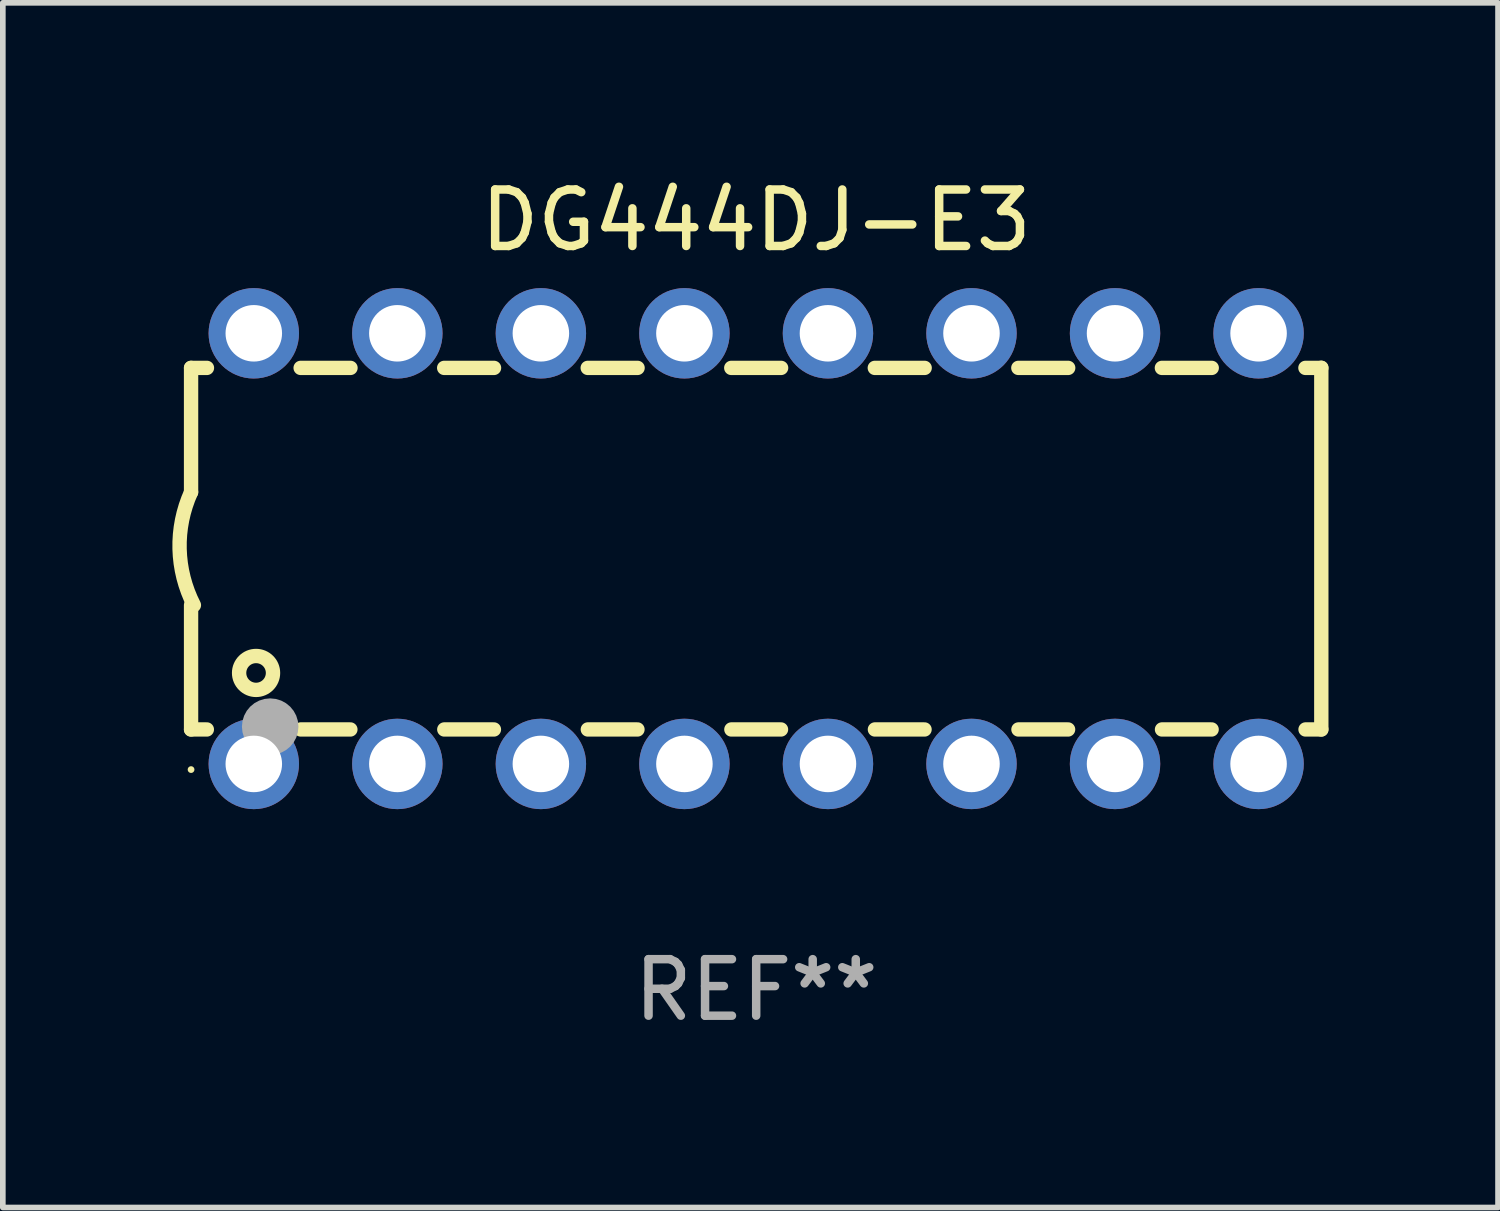
<source format=kicad_pcb>
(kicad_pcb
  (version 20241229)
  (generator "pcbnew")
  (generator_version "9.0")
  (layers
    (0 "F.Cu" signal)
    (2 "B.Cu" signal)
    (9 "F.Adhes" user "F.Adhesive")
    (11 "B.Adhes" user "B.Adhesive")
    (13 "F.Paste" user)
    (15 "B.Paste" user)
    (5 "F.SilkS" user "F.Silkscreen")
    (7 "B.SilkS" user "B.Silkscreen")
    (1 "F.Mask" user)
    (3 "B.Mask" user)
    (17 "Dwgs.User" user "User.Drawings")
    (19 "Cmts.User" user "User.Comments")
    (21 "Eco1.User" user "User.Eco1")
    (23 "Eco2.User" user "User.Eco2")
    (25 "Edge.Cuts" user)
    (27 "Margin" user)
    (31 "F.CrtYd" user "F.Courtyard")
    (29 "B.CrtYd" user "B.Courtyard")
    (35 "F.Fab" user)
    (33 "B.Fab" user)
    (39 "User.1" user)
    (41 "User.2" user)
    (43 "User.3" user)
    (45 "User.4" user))
  (footprint "DG444DJ-E3"
    (layer "F.Cu")
    (at 10.331 6.658)
    (property "Reference" "DG444DJ-E3" (at 0 -5.81 0) (layer "F.SilkS") (effects (font (size 1 1) (thickness 0.15))))
    (attr through_hole)
    (fp_line (start -10 -3.198) (end -9.719 -3.198) (stroke (width 0.254) (type solid)) (layer "F.SilkS"))
    (fp_line (start -10 -0.998) (end -10 -3.198) (stroke (width 0.254) (type solid)) (layer "F.SilkS"))
    (fp_line (start -10 3.2) (end -10 1) (stroke (width 0.254) (type solid)) (layer "F.SilkS"))
    (fp_line (start -10 3.2) (end -9.721 3.2) (stroke (width 0.254) (type solid)) (layer "F.SilkS"))
    (fp_line (start -8.061 -3.198) (end -7.179 -3.198) (stroke (width 0.254) (type solid)) (layer "F.SilkS"))
    (fp_line (start -8.059 3.2) (end -7.181 3.2) (stroke (width 0.254) (type solid)) (layer "F.SilkS"))
    (fp_line (start -5.521 -3.198) (end -4.639 -3.198) (stroke (width 0.254) (type solid)) (layer "F.SilkS"))
    (fp_line (start -5.519 3.2) (end -4.641 3.2) (stroke (width 0.254) (type solid)) (layer "F.SilkS"))
    (fp_line (start -2.981 -3.198) (end -2.099 -3.198) (stroke (width 0.254) (type solid)) (layer "F.SilkS"))
    (fp_line (start -2.979 3.2) (end -2.101 3.2) (stroke (width 0.254) (type solid)) (layer "F.SilkS"))
    (fp_line (start -0.441 -3.198) (end 0.441 -3.198) (stroke (width 0.254) (type solid)) (layer "F.SilkS"))
    (fp_line (start -0.439 3.2) (end 0.439 3.2) (stroke (width 0.254) (type solid)) (layer "F.SilkS"))
    (fp_line (start 2.099 -3.198) (end 2.981 -3.198) (stroke (width 0.254) (type solid)) (layer "F.SilkS"))
    (fp_line (start 2.101 3.2) (end 2.979 3.2) (stroke (width 0.254) (type solid)) (layer "F.SilkS"))
    (fp_line (start 4.639 -3.198) (end 5.521 -3.198) (stroke (width 0.254) (type solid)) (layer "F.SilkS"))
    (fp_line (start 4.641 3.2) (end 5.519 3.2) (stroke (width 0.254) (type solid)) (layer "F.SilkS"))
    (fp_line (start 7.179 -3.198) (end 8.061 -3.198) (stroke (width 0.254) (type solid)) (layer "F.SilkS"))
    (fp_line (start 7.181 3.2) (end 8.059 3.2) (stroke (width 0.254) (type solid)) (layer "F.SilkS"))
    (fp_line (start 9.719 -3.198) (end 10 -3.198) (stroke (width 0.254) (type solid)) (layer "F.SilkS"))
    (fp_line (start 9.721 3.2) (end 10 3.2) (stroke (width 0.254) (type solid)) (layer "F.SilkS"))
    (fp_line (start 10 3.2) (end 10 -3.2) (stroke (width 0.254) (type solid)) (layer "F.SilkS"))
    (fp_arc (start -9.949962 1) (mid -10.203153 0.005709) (end -10 -1) (stroke (width 0.254001) (type solid)) (layer "F.SilkS"))
    (fp_circle (center -10 3.91) (end -9.97 3.91) (stroke (width 0.06) (type solid)) (fill no) (layer "F.SilkS"))
    (fp_circle (center -8.85 2.2) (end -8.55 2.2) (stroke (width 0.254) (type solid)) (fill no) (layer "F.SilkS"))
    (fp_circle (center -8.6 3.15) (end -8.35 3.15) (stroke (width 0.5) (type solid)) (fill no) (layer "F.Fab"))
    (fp_text user "REF**" (at 0 7.81 0) (layer "F.Fab") (effects (font (size 1 1) (thickness 0.15))))
    (pad "1" thru_hole circle (at -8.89 3.81) (size 1.6 1.6) (drill 1) (layers "*.Cu" "*.Mask"))
    (pad "2" thru_hole circle (at -6.35 3.81) (size 1.6 1.6) (drill 1) (layers "*.Cu" "*.Mask"))
    (pad "3" thru_hole circle (at -3.81 3.81) (size 1.6 1.6) (drill 1) (layers "*.Cu" "*.Mask"))
    (pad "4" thru_hole circle (at -1.27 3.81) (size 1.6 1.6) (drill 1) (layers "*.Cu" "*.Mask"))
    (pad "5" thru_hole circle (at 1.27 3.81) (size 1.6 1.6) (drill 1) (layers "*.Cu" "*.Mask"))
    (pad "6" thru_hole circle (at 3.81 3.81) (size 1.6 1.6) (drill 1) (layers "*.Cu" "*.Mask"))
    (pad "7" thru_hole circle (at 6.35 3.81) (size 1.6 1.6) (drill 1) (layers "*.Cu" "*.Mask"))
    (pad "8" thru_hole circle (at 8.89 3.81) (size 1.6 1.6) (drill 1) (layers "*.Cu" "*.Mask"))
    (pad "9" thru_hole circle (at 8.89 -3.81) (size 1.6 1.6) (drill 1) (layers "*.Cu" "*.Mask"))
    (pad "10" thru_hole circle (at 6.35 -3.81) (size 1.6 1.6) (drill 1) (layers "*.Cu" "*.Mask"))
    (pad "11" thru_hole circle (at 3.81 -3.81) (size 1.6 1.6) (drill 1) (layers "*.Cu" "*.Mask"))
    (pad "12" thru_hole circle (at 1.27 -3.81) (size 1.6 1.6) (drill 1) (layers "*.Cu" "*.Mask"))
    (pad "13" thru_hole circle (at -1.27 -3.81) (size 1.6 1.6) (drill 1) (layers "*.Cu" "*.Mask"))
    (pad "14" thru_hole circle (at -3.81 -3.81) (size 1.6 1.6) (drill 1) (layers "*.Cu" "*.Mask"))
    (pad "15" thru_hole circle (at -6.35 -3.81) (size 1.6 1.6) (drill 1) (layers "*.Cu" "*.Mask"))
    (pad "16" thru_hole circle (at -8.89 -3.81) (size 1.6 1.6) (drill 1) (layers "*.Cu" "*.Mask")))
  (gr_rect
    (start -3 -3)
    (end 23.458 18.317)
    (stroke (width 0.1) (type default))
    (fill no)
    (layer "Edge.Cuts")))
</source>
